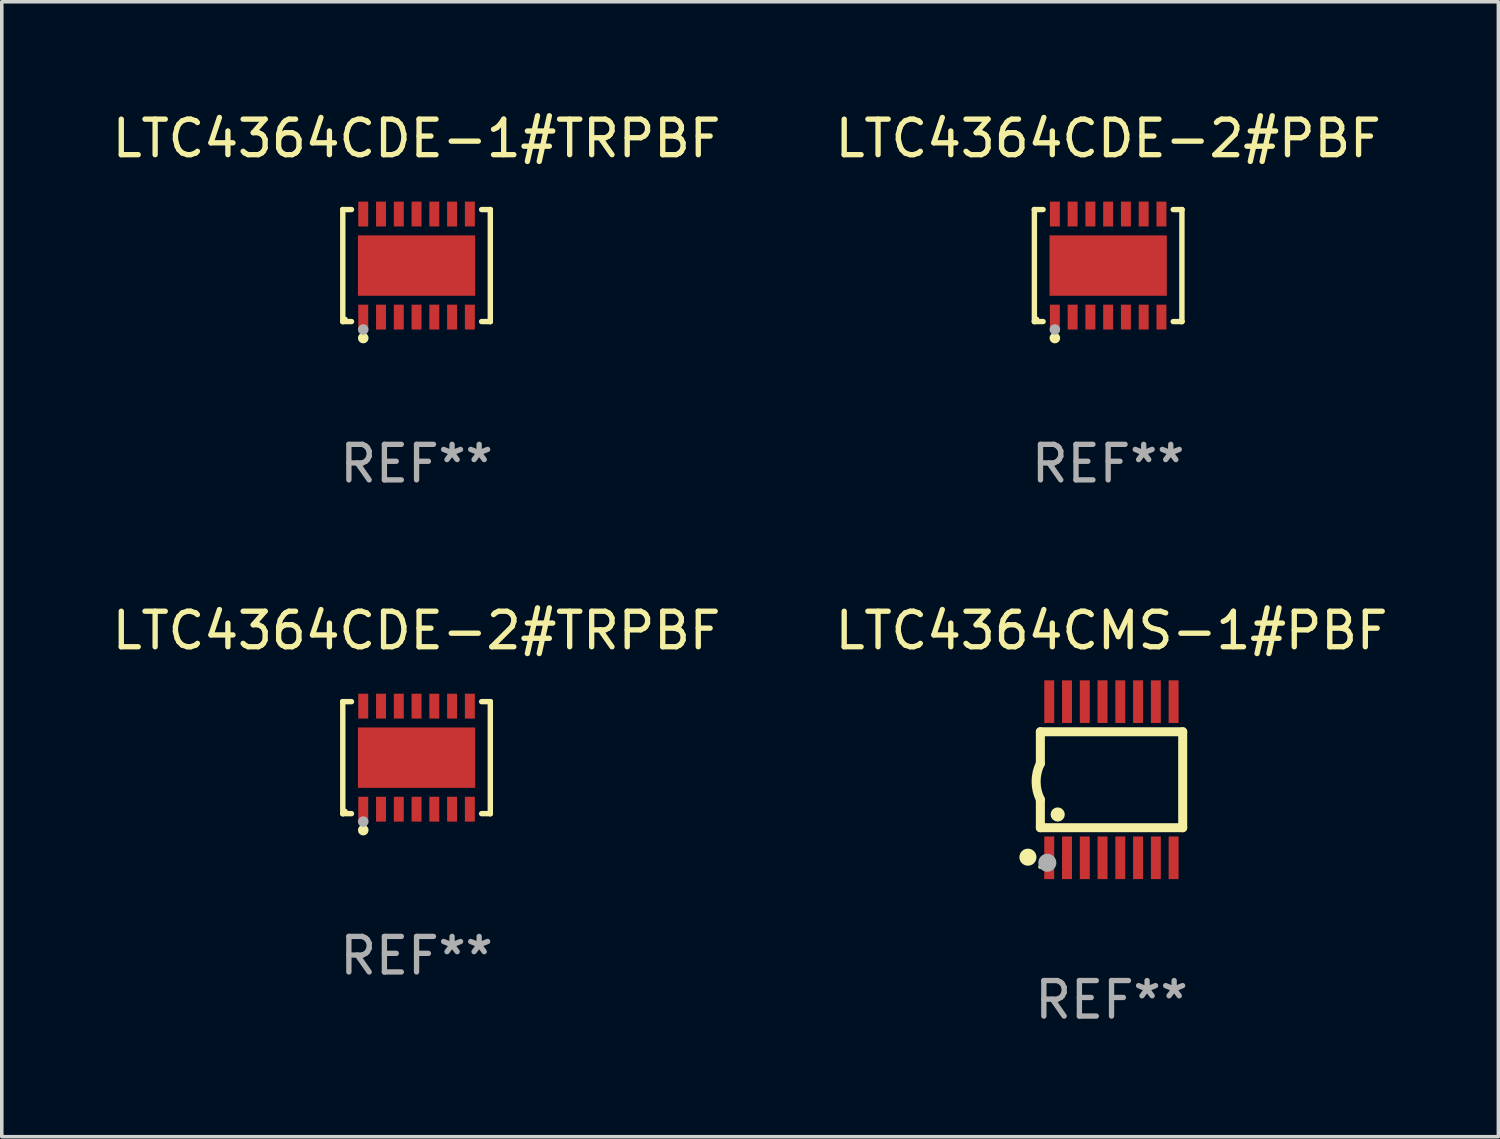
<source format=kicad_pcb>
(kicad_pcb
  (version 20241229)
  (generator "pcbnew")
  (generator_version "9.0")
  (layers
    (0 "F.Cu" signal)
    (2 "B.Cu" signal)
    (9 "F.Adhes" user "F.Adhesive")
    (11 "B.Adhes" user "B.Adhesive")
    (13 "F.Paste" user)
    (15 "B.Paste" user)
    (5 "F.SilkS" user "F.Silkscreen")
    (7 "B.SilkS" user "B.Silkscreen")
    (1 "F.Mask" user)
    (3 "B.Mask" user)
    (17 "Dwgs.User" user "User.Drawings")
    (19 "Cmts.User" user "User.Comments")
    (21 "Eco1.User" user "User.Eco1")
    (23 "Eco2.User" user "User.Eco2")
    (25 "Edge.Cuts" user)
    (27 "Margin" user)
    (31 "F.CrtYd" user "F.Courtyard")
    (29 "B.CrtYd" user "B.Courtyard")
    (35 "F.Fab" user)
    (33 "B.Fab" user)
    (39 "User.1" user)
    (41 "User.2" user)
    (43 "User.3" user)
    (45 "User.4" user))
  (footprint "LTC4364CDE-2#TRPBF"
    (layer "F.Cu")
    (at 8.673 18.273)
    (property "Reference" "LTC4364CDE-2#TRPBF" (at 0 -3.576 0) (layer "F.SilkS") (effects (font (size 1 1) (thickness 0.15))))
    (attr through_hole)
    (fp_line (start -2.076 -1.576) (end -2.076 -1.576) (stroke (width 0.152) (type solid)) (layer "F.SilkS"))
    (fp_line (start -2.076 -1.576) (end -1.831 -1.576) (stroke (width 0.152) (type solid)) (layer "F.SilkS"))
    (fp_line (start -2.076 1.576) (end -2.076 -1.576) (stroke (width 0.152) (type solid)) (layer "F.SilkS"))
    (fp_line (start -2.076 1.576) (end -2.076 1.576) (stroke (width 0.152) (type solid)) (layer "F.SilkS"))
    (fp_line (start -1.831 1.576) (end -2.076 1.576) (stroke (width 0.152) (type solid)) (layer "F.SilkS"))
    (fp_line (start 1.831 1.576) (end 2.076 1.576) (stroke (width 0.152) (type solid)) (layer "F.SilkS"))
    (fp_line (start 2.076 -1.576) (end 1.831 -1.576) (stroke (width 0.152) (type solid)) (layer "F.SilkS"))
    (fp_line (start 2.076 -1.576) (end 2.076 -1.576) (stroke (width 0.152) (type solid)) (layer "F.SilkS"))
    (fp_line (start 2.076 1.576) (end 2.076 -1.576) (stroke (width 0.152) (type solid)) (layer "F.SilkS"))
    (fp_line (start 2.076 1.576) (end 2.076 1.576) (stroke (width 0.152) (type solid)) (layer "F.SilkS"))
    (fp_circle (center -2 1.5) (end -1.97 1.5) (stroke (width 0.06) (type solid)) (fill no) (layer "F.SilkS"))
    (fp_circle (center -1.5 2.04) (end -1.425 2.04) (stroke (width 0.15) (type solid)) (fill no) (layer "F.SilkS"))
    (fp_circle (center -1.5 1.8) (end -1.425 1.8) (stroke (width 0.15) (type solid)) (fill no) (layer "F.Fab"))
    (fp_text user "REF**" (at 0 5.576 0) (layer "F.Fab") (effects (font (size 1 1) (thickness 0.15))))
    (pad "1" smd rect (at -1.5 1.45) (size 0.28 0.7) (layers "F.Cu" "F.Mask" "F.Paste"))
    (pad "2" smd rect (at -1 1.45) (size 0.28 0.7) (layers "F.Cu" "F.Mask" "F.Paste"))
    (pad "3" smd rect (at -0.5 1.45) (size 0.28 0.7) (layers "F.Cu" "F.Mask" "F.Paste"))
    (pad "4" smd rect (at 0 1.45) (size 0.28 0.7) (layers "F.Cu" "F.Mask" "F.Paste"))
    (pad "5" smd rect (at 0.5 1.45) (size 0.28 0.7) (layers "F.Cu" "F.Mask" "F.Paste"))
    (pad "6" smd rect (at 1 1.45) (size 0.28 0.7) (layers "F.Cu" "F.Mask" "F.Paste"))
    (pad "7" smd rect (at 1.5 1.45) (size 0.28 0.7) (layers "F.Cu" "F.Mask" "F.Paste"))
    (pad "8" smd rect (at 1.5 -1.45) (size 0.28 0.7) (layers "F.Cu" "F.Mask" "F.Paste"))
    (pad "9" smd rect (at 1 -1.45) (size 0.28 0.7) (layers "F.Cu" "F.Mask" "F.Paste"))
    (pad "10" smd rect (at 0.5 -1.45) (size 0.28 0.7) (layers "F.Cu" "F.Mask" "F.Paste"))
    (pad "11" smd rect (at 0 -1.45) (size 0.28 0.7) (layers "F.Cu" "F.Mask" "F.Paste"))
    (pad "12" smd rect (at -0.5 -1.45) (size 0.28 0.7) (layers "F.Cu" "F.Mask" "F.Paste"))
    (pad "13" smd rect (at -1 -1.45) (size 0.28 0.7) (layers "F.Cu" "F.Mask" "F.Paste"))
    (pad "14" smd rect (at -1.5 -1.45) (size 0.28 0.7) (layers "F.Cu" "F.Mask" "F.Paste"))
    (pad "15" smd rect (at 0 0) (size 3.3 1.7) (layers "F.Cu" "F.Mask" "F.Paste")))
  (footprint "LTC4364CMS-1#PBF"
    (layer "F.Cu")
    (at 28.232 18.894)
    (property "Reference" "LTC4364CMS-1#PBF" (at 0 -4.197 0) (layer "F.SilkS") (effects (font (size 1 1) (thickness 0.15))))
    (attr through_hole)
    (fp_line (start -2.003 -1.35) (end -2.003 -0.457) (stroke (width 0.254) (type solid)) (layer "F.SilkS"))
    (fp_line (start -2.003 -1.35) (end 2.003 -1.35) (stroke (width 0.254) (type solid)) (layer "F.SilkS"))
    (fp_line (start -2.003 1.35) (end -2.003 0.559) (stroke (width 0.254) (type solid)) (layer "F.SilkS"))
    (fp_line (start -2.003 1.35) (end 2.003 1.35) (stroke (width 0.254) (type solid)) (layer "F.SilkS"))
    (fp_line (start 2.003 -1.35) (end 2.003 1.35) (stroke (width 0.254) (type solid)) (layer "F.SilkS"))
    (fp_arc (start -2.002286 0.558802) (mid -2.122556 0.05092) (end -2.003302 -0.457201) (stroke (width 0.254001) (type solid)) (layer "F.SilkS"))
    (fp_circle (center -2.353 2.18) (end -2.233 2.18) (stroke (width 0.24) (type solid)) (fill no) (layer "F.SilkS"))
    (fp_circle (center -2.003 2.45) (end -1.973 2.45) (stroke (width 0.06) (type solid)) (fill no) (layer "F.SilkS"))
    (fp_circle (center -1.515 0.978) (end -1.415 0.978) (stroke (width 0.2) (type solid)) (fill no) (layer "F.SilkS"))
    (fp_circle (center -1.807 2.337) (end -1.68 2.337) (stroke (width 0.254) (type solid)) (fill no) (layer "F.Fab"))
    (fp_text user "REF**" (at 0 6.197 0) (layer "F.Fab") (effects (font (size 1 1) (thickness 0.15))))
    (pad "1" smd rect (at -1.753 2.197 90) (size 1.2 0.28) (layers "F.Cu" "F.Mask" "F.Paste"))
    (pad "2" smd rect (at -1.253 2.197 90) (size 1.2 0.28) (layers "F.Cu" "F.Mask" "F.Paste"))
    (pad "3" smd rect (at -0.753 2.197 90) (size 1.2 0.28) (layers "F.Cu" "F.Mask" "F.Paste"))
    (pad "4" smd rect (at -0.253 2.197 90) (size 1.2 0.28) (layers "F.Cu" "F.Mask" "F.Paste"))
    (pad "5" smd rect (at 0.247 2.197 90) (size 1.2 0.28) (layers "F.Cu" "F.Mask" "F.Paste"))
    (pad "6" smd rect (at 0.747 2.197 90) (size 1.2 0.28) (layers "F.Cu" "F.Mask" "F.Paste"))
    (pad "7" smd rect (at 1.247 2.197 90) (size 1.2 0.28) (layers "F.Cu" "F.Mask" "F.Paste"))
    (pad "8" smd rect (at 1.747 2.197 90) (size 1.2 0.28) (layers "F.Cu" "F.Mask" "F.Paste"))
    (pad "9" smd rect (at 1.747 -2.197 90) (size 1.2 0.28) (layers "F.Cu" "F.Mask" "F.Paste"))
    (pad "10" smd rect (at 1.247 -2.197 90) (size 1.2 0.28) (layers "F.Cu" "F.Mask" "F.Paste"))
    (pad "11" smd rect (at 0.747 -2.197 90) (size 1.2 0.28) (layers "F.Cu" "F.Mask" "F.Paste"))
    (pad "12" smd rect (at 0.247 -2.197 90) (size 1.2 0.28) (layers "F.Cu" "F.Mask" "F.Paste"))
    (pad "13" smd rect (at -0.253 -2.197 90) (size 1.2 0.28) (layers "F.Cu" "F.Mask" "F.Paste"))
    (pad "14" smd rect (at -0.753 -2.197 90) (size 1.2 0.28) (layers "F.Cu" "F.Mask" "F.Paste"))
    (pad "15" smd rect (at -1.253 -2.197 90) (size 1.2 0.28) (layers "F.Cu" "F.Mask" "F.Paste"))
    (pad "16" smd rect (at -1.753 -2.197 90) (size 1.2 0.28) (layers "F.Cu" "F.Mask" "F.Paste")))
  (footprint "LTC4364CDE-1#TRPBF"
    (layer "F.Cu")
    (at 8.673 4.424)
    (property "Reference" "LTC4364CDE-1#TRPBF" (at 0 -3.576 0) (layer "F.SilkS") (effects (font (size 1 1) (thickness 0.15))))
    (attr through_hole)
    (fp_line (start -2.076 -1.576) (end -2.076 -1.576) (stroke (width 0.152) (type solid)) (layer "F.SilkS"))
    (fp_line (start -2.076 -1.576) (end -1.831 -1.576) (stroke (width 0.152) (type solid)) (layer "F.SilkS"))
    (fp_line (start -2.076 1.576) (end -2.076 -1.576) (stroke (width 0.152) (type solid)) (layer "F.SilkS"))
    (fp_line (start -2.076 1.576) (end -2.076 1.576) (stroke (width 0.152) (type solid)) (layer "F.SilkS"))
    (fp_line (start -1.831 1.576) (end -2.076 1.576) (stroke (width 0.152) (type solid)) (layer "F.SilkS"))
    (fp_line (start 1.831 1.576) (end 2.076 1.576) (stroke (width 0.152) (type solid)) (layer "F.SilkS"))
    (fp_line (start 2.076 -1.576) (end 1.831 -1.576) (stroke (width 0.152) (type solid)) (layer "F.SilkS"))
    (fp_line (start 2.076 -1.576) (end 2.076 -1.576) (stroke (width 0.152) (type solid)) (layer "F.SilkS"))
    (fp_line (start 2.076 1.576) (end 2.076 -1.576) (stroke (width 0.152) (type solid)) (layer "F.SilkS"))
    (fp_line (start 2.076 1.576) (end 2.076 1.576) (stroke (width 0.152) (type solid)) (layer "F.SilkS"))
    (fp_circle (center -2 1.5) (end -1.97 1.5) (stroke (width 0.06) (type solid)) (fill no) (layer "F.SilkS"))
    (fp_circle (center -1.5 2.04) (end -1.425 2.04) (stroke (width 0.15) (type solid)) (fill no) (layer "F.SilkS"))
    (fp_circle (center -1.5 1.8) (end -1.425 1.8) (stroke (width 0.15) (type solid)) (fill no) (layer "F.Fab"))
    (fp_text user "REF**" (at 0 5.576 0) (layer "F.Fab") (effects (font (size 1 1) (thickness 0.15))))
    (pad "1" smd rect (at -1.5 1.45) (size 0.28 0.7) (layers "F.Cu" "F.Mask" "F.Paste"))
    (pad "2" smd rect (at -1 1.45) (size 0.28 0.7) (layers "F.Cu" "F.Mask" "F.Paste"))
    (pad "3" smd rect (at -0.5 1.45) (size 0.28 0.7) (layers "F.Cu" "F.Mask" "F.Paste"))
    (pad "4" smd rect (at 0 1.45) (size 0.28 0.7) (layers "F.Cu" "F.Mask" "F.Paste"))
    (pad "5" smd rect (at 0.5 1.45) (size 0.28 0.7) (layers "F.Cu" "F.Mask" "F.Paste"))
    (pad "6" smd rect (at 1 1.45) (size 0.28 0.7) (layers "F.Cu" "F.Mask" "F.Paste"))
    (pad "7" smd rect (at 1.5 1.45) (size 0.28 0.7) (layers "F.Cu" "F.Mask" "F.Paste"))
    (pad "8" smd rect (at 1.5 -1.45) (size 0.28 0.7) (layers "F.Cu" "F.Mask" "F.Paste"))
    (pad "9" smd rect (at 1 -1.45) (size 0.28 0.7) (layers "F.Cu" "F.Mask" "F.Paste"))
    (pad "10" smd rect (at 0.5 -1.45) (size 0.28 0.7) (layers "F.Cu" "F.Mask" "F.Paste"))
    (pad "11" smd rect (at 0 -1.45) (size 0.28 0.7) (layers "F.Cu" "F.Mask" "F.Paste"))
    (pad "12" smd rect (at -0.5 -1.45) (size 0.28 0.7) (layers "F.Cu" "F.Mask" "F.Paste"))
    (pad "13" smd rect (at -1 -1.45) (size 0.28 0.7) (layers "F.Cu" "F.Mask" "F.Paste"))
    (pad "14" smd rect (at -1.5 -1.45) (size 0.28 0.7) (layers "F.Cu" "F.Mask" "F.Paste"))
    (pad "15" smd rect (at 0 0) (size 3.3 1.7) (layers "F.Cu" "F.Mask" "F.Paste")))
  (footprint "LTC4364CDE-2#PBF"
    (layer "F.Cu")
    (at 28.137 4.424)
    (property "Reference" "LTC4364CDE-2#PBF" (at 0 -3.576 0) (layer "F.SilkS") (effects (font (size 1 1) (thickness 0.15))))
    (attr through_hole)
    (fp_line (start -2.076 -1.576) (end -2.076 -1.576) (stroke (width 0.152) (type solid)) (layer "F.SilkS"))
    (fp_line (start -2.076 -1.576) (end -1.831 -1.576) (stroke (width 0.152) (type solid)) (layer "F.SilkS"))
    (fp_line (start -2.076 1.576) (end -2.076 -1.576) (stroke (width 0.152) (type solid)) (layer "F.SilkS"))
    (fp_line (start -2.076 1.576) (end -2.076 1.576) (stroke (width 0.152) (type solid)) (layer "F.SilkS"))
    (fp_line (start -1.831 1.576) (end -2.076 1.576) (stroke (width 0.152) (type solid)) (layer "F.SilkS"))
    (fp_line (start 1.831 1.576) (end 2.076 1.576) (stroke (width 0.152) (type solid)) (layer "F.SilkS"))
    (fp_line (start 2.076 -1.576) (end 1.831 -1.576) (stroke (width 0.152) (type solid)) (layer "F.SilkS"))
    (fp_line (start 2.076 -1.576) (end 2.076 -1.576) (stroke (width 0.152) (type solid)) (layer "F.SilkS"))
    (fp_line (start 2.076 1.576) (end 2.076 -1.576) (stroke (width 0.152) (type solid)) (layer "F.SilkS"))
    (fp_line (start 2.076 1.576) (end 2.076 1.576) (stroke (width 0.152) (type solid)) (layer "F.SilkS"))
    (fp_circle (center -2 1.5) (end -1.97 1.5) (stroke (width 0.06) (type solid)) (fill no) (layer "F.SilkS"))
    (fp_circle (center -1.5 2.04) (end -1.425 2.04) (stroke (width 0.15) (type solid)) (fill no) (layer "F.SilkS"))
    (fp_circle (center -1.5 1.8) (end -1.425 1.8) (stroke (width 0.15) (type solid)) (fill no) (layer "F.Fab"))
    (fp_text user "REF**" (at 0 5.576 0) (layer "F.Fab") (effects (font (size 1 1) (thickness 0.15))))
    (pad "1" smd rect (at -1.5 1.45) (size 0.28 0.7) (layers "F.Cu" "F.Mask" "F.Paste"))
    (pad "2" smd rect (at -1 1.45) (size 0.28 0.7) (layers "F.Cu" "F.Mask" "F.Paste"))
    (pad "3" smd rect (at -0.5 1.45) (size 0.28 0.7) (layers "F.Cu" "F.Mask" "F.Paste"))
    (pad "4" smd rect (at 0 1.45) (size 0.28 0.7) (layers "F.Cu" "F.Mask" "F.Paste"))
    (pad "5" smd rect (at 0.5 1.45) (size 0.28 0.7) (layers "F.Cu" "F.Mask" "F.Paste"))
    (pad "6" smd rect (at 1 1.45) (size 0.28 0.7) (layers "F.Cu" "F.Mask" "F.Paste"))
    (pad "7" smd rect (at 1.5 1.45) (size 0.28 0.7) (layers "F.Cu" "F.Mask" "F.Paste"))
    (pad "8" smd rect (at 1.5 -1.45) (size 0.28 0.7) (layers "F.Cu" "F.Mask" "F.Paste"))
    (pad "9" smd rect (at 1 -1.45) (size 0.28 0.7) (layers "F.Cu" "F.Mask" "F.Paste"))
    (pad "10" smd rect (at 0.5 -1.45) (size 0.28 0.7) (layers "F.Cu" "F.Mask" "F.Paste"))
    (pad "11" smd rect (at 0 -1.45) (size 0.28 0.7) (layers "F.Cu" "F.Mask" "F.Paste"))
    (pad "12" smd rect (at -0.5 -1.45) (size 0.28 0.7) (layers "F.Cu" "F.Mask" "F.Paste"))
    (pad "13" smd rect (at -1 -1.45) (size 0.28 0.7) (layers "F.Cu" "F.Mask" "F.Paste"))
    (pad "14" smd rect (at -1.5 -1.45) (size 0.28 0.7) (layers "F.Cu" "F.Mask" "F.Paste"))
    (pad "15" smd rect (at 0 0) (size 3.3 1.7) (layers "F.Cu" "F.Mask" "F.Paste")))
  (gr_rect
    (start -3 -3)
    (end 39.119 28.94)
    (stroke (width 0.1) (type default))
    (fill no)
    (layer "Edge.Cuts")))
</source>
